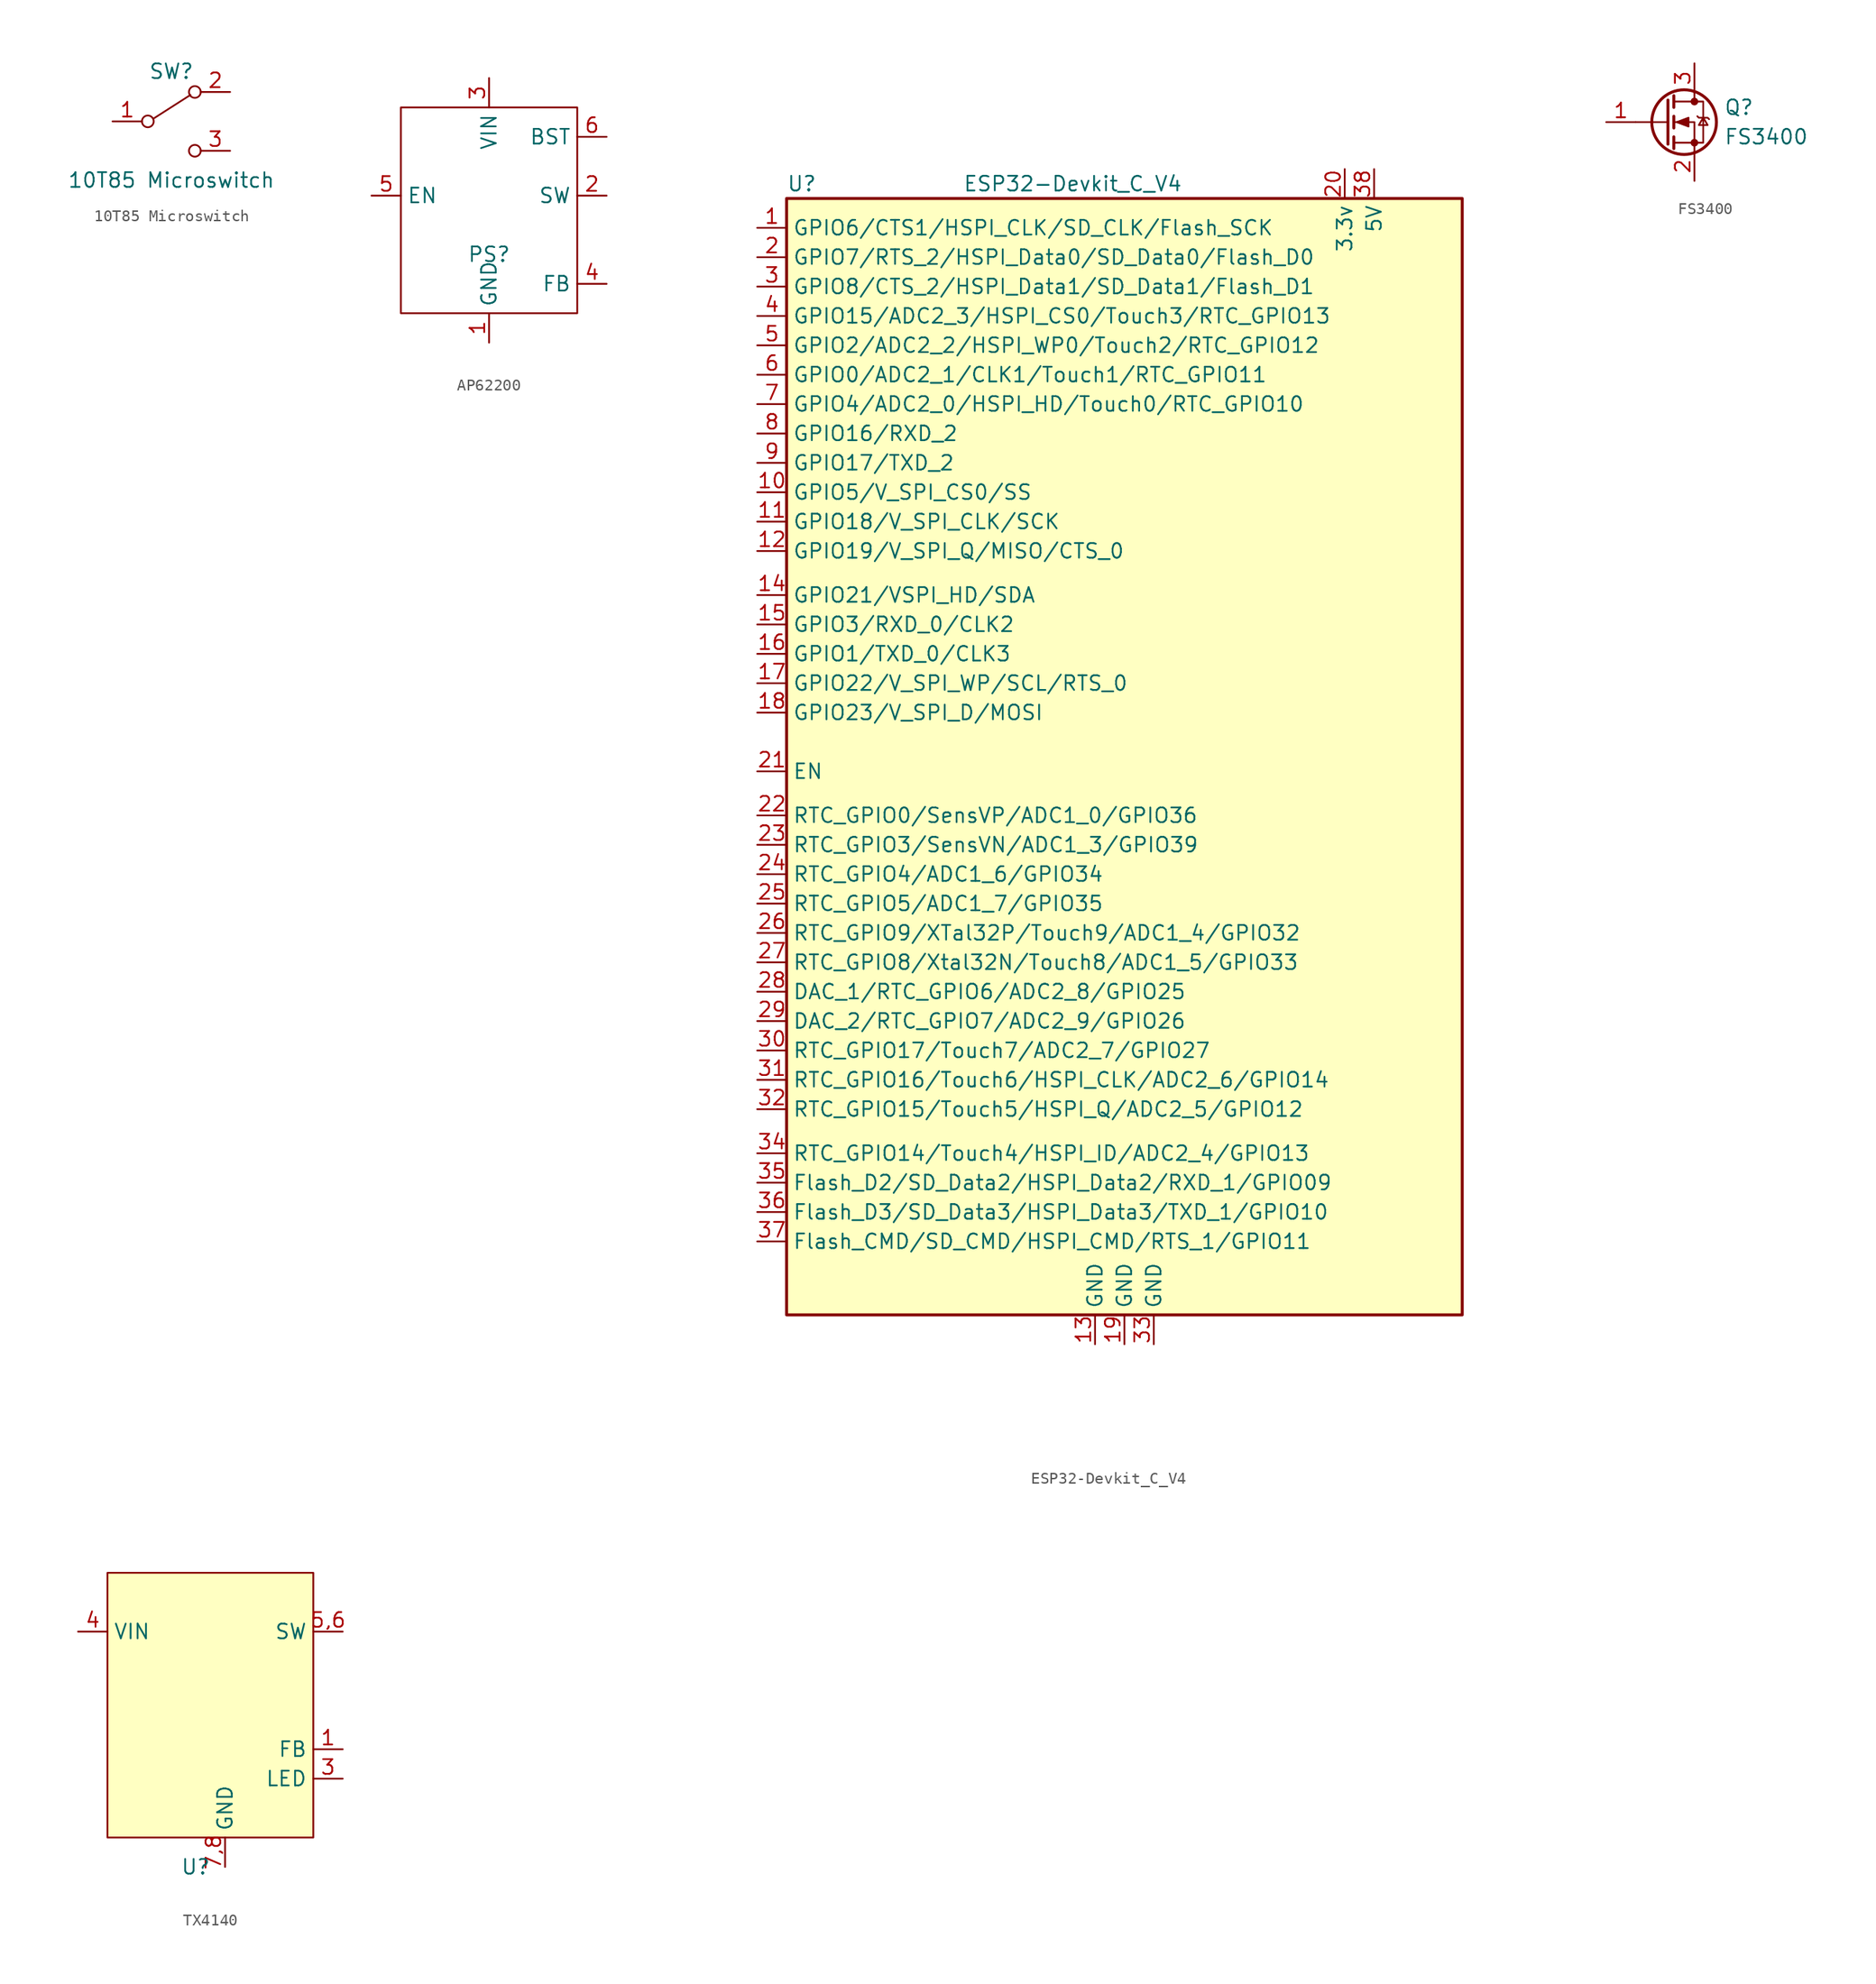
<source format=kicad_sym>
(kicad_symbol_lib
  (version 20220914)
  (generator kicad_symbol_editor)
  (symbol "10T85 Microswitch"
    (pin_names
      (offset 0) hide)
    (property "Reference" "SW"
      (at 0 4.318 0)
      (effects (font (size 1.27 1.27))))
    (property "Value" "10T85 Microswitch"
      (at 0 -5.08 0)
      (effects (font (size 1.27 1.27))))
    (symbol "10T85 Microswitch_0_0"
      (circle (center -2.032 0) (radius 0.508) (stroke (width 0) (type default)) (fill (type none)))
      (circle (center 2.032 -2.54) (radius 0.508) (stroke (width 0) (type default)) (fill (type none))))
    (symbol "10T85 Microswitch_0_1"
      (polyline (pts (xy -1.524 0.254) (xy 1.651 2.286)) (stroke (width 0) (type default)) (fill (type none)))
      (circle (center 2.032 2.54) (radius 0.508) (stroke (width 0) (type default)) (fill (type none))))
    (symbol "10T85 Microswitch_1_1"
      (pin passive line (at -5.08 0 0) (length 2.54) (name "C" (effects (font (size 1.27 1.27)))) (number "1" (effects (font (size 1.27 1.27)))))
      (pin passive line (at 5.08 2.54 180) (length 2.54) (name "NC" (effects (font (size 1.27 1.27)))) (number "2" (effects (font (size 1.27 1.27)))))
      (pin passive line (at 5.08 -2.54 180) (length 2.54) (name "NO" (effects (font (size 1.27 1.27)))) (number "3" (effects (font (size 1.27 1.27)))))))
  (symbol "AP62200"
    (property "Reference" "PS"
      (at 0 0 0)
      (effects (font (size 1.27 1.27))))
    (property "Value" ""
      (at 0 0 0)
      (effects (font (size 1.27 1.27))))
    (symbol "AP62200_0_1"
      (rectangle (start -7.62 12.7) (end 7.62 -5.08) (stroke (width 0) (type default)) (fill (type none))))
    (symbol "AP62200_1_1"
      (pin input line (at 0 -7.62 90) (length 2.54) (name "GND" (effects (font (size 1.27 1.27)))) (number "1" (effects (font (size 1.27 1.27)))))
      (pin input line (at 10.16 5.08 180) (length 2.54) (name "SW" (effects (font (size 1.27 1.27)))) (number "2" (effects (font (size 1.27 1.27)))))
      (pin input line (at 0 15.24 270) (length 2.54) (name "VIN" (effects (font (size 1.27 1.27)))) (number "3" (effects (font (size 1.27 1.27)))))
      (pin input line (at 10.16 -2.54 180) (length 2.54) (name "FB" (effects (font (size 1.27 1.27)))) (number "4" (effects (font (size 1.27 1.27)))))
      (pin input line (at -10.16 5.08 0) (length 2.54) (name "EN" (effects (font (size 1.27 1.27)))) (number "5" (effects (font (size 1.27 1.27)))))
      (pin input line (at 10.16 10.16 180) (length 2.54) (name "BST" (effects (font (size 1.27 1.27)))) (number "6" (effects (font (size 1.27 1.27)))))))
  (symbol "ESP32-Devkit_C_V4"
    (property "Reference" "U"
      (at -12.7 29.21 0)
      (effects (font (size 1.27 1.27)) (justify left)))
    (property "Value" "ESP32-Devkit_C_V4"
      (at 2.54 29.21 0)
      (effects (font (size 1.27 1.27)) (justify left)))
    (symbol "ESP32-Devkit_C_V4_0_1"
      (rectangle (start -12.7 27.94) (end 45.72 -68.58) (stroke (width 0.254) (type default)) (fill (type background))))
    (symbol "ESP32-Devkit_C_V4_1_1"
      (pin bidirectional line (at -15.24 25.4 0) (length 2.54) (name "GPIO6/CTS1/HSPI_CLK/SD_CLK/Flash_SCK" (effects (font (size 1.27 1.27)))) (number "1" (effects (font (size 1.27 1.27)))))
      (pin bidirectional line (at -15.24 2.54 0) (length 2.54) (name "GPIO5/V_SPI_CS0/SS" (effects (font (size 1.27 1.27)))) (number "10" (effects (font (size 1.27 1.27)))))
      (pin bidirectional line (at -15.24 0 0) (length 2.54) (name "GPIO18/V_SPI_CLK/SCK" (effects (font (size 1.27 1.27)))) (number "11" (effects (font (size 1.27 1.27)))))
      (pin bidirectional line (at -15.24 -2.54 0) (length 2.54) (name "GPIO19/V_SPI_Q/MISO/CTS_0" (effects (font (size 1.27 1.27)))) (number "12" (effects (font (size 1.27 1.27)))))
      (pin bidirectional line (at 13.97 -71.12 90) (length 2.54) (name "GND" (effects (font (size 1.27 1.27)))) (number "13" (effects (font (size 1.27 1.27)))))
      (pin bidirectional line (at -15.24 -6.35 0) (length 2.54) (name "GPIO21/VSPI_HD/SDA" (effects (font (size 1.27 1.27)))) (number "14" (effects (font (size 1.27 1.27)))))
      (pin bidirectional line (at -15.24 -8.89 0) (length 2.54) (name "GPIO3/RXD_0/CLK2" (effects (font (size 1.27 1.27)))) (number "15" (effects (font (size 1.27 1.27)))))
      (pin bidirectional line (at -15.24 -11.43 0) (length 2.54) (name "GPIO1/TXD_0/CLK3" (effects (font (size 1.27 1.27)))) (number "16" (effects (font (size 1.27 1.27)))))
      (pin bidirectional line (at -15.24 -13.97 0) (length 2.54) (name "GPIO22/V_SPI_WP/SCL/RTS_0" (effects (font (size 1.27 1.27)))) (number "17" (effects (font (size 1.27 1.27)))))
      (pin bidirectional line (at -15.24 -16.51 0) (length 2.54) (name "GPIO23/V_SPI_D/MOSI" (effects (font (size 1.27 1.27)))) (number "18" (effects (font (size 1.27 1.27)))))
      (pin bidirectional line (at 16.51 -71.12 90) (length 2.54) (name "GND" (effects (font (size 1.27 1.27)))) (number "19" (effects (font (size 1.27 1.27)))))
      (pin bidirectional line (at -15.24 22.86 0) (length 2.54) (name "GPIO7/RTS_2/HSPI_Data0/SD_Data0/Flash_D0" (effects (font (size 1.27 1.27)))) (number "2" (effects (font (size 1.27 1.27)))))
      (pin power_in line (at 35.56 30.48 270) (length 2.54) (name "3.3v" (effects (font (size 1.27 1.27)))) (number "20" (effects (font (size 1.27 1.27)))))
      (pin bidirectional line (at -15.24 -21.59 0) (length 2.54) (name "EN" (effects (font (size 1.27 1.27)))) (number "21" (effects (font (size 1.27 1.27)))))
      (pin bidirectional line (at -15.24 -25.4 0) (length 2.54) (name "RTC_GPIO0/SensVP/ADC1_0/GPIO36" (effects (font (size 1.27 1.27)))) (number "22" (effects (font (size 1.27 1.27)))))
      (pin bidirectional line (at -15.24 -27.94 0) (length 2.54) (name "RTC_GPIO3/SensVN/ADC1_3/GPIO39" (effects (font (size 1.27 1.27)))) (number "23" (effects (font (size 1.27 1.27)))))
      (pin bidirectional line (at -15.24 -30.48 0) (length 2.54) (name "RTC_GPIO4/ADC1_6/GPIO34" (effects (font (size 1.27 1.27)))) (number "24" (effects (font (size 1.27 1.27)))))
      (pin bidirectional line (at -15.24 -33.02 0) (length 2.54) (name "RTC_GPIO5/ADC1_7/GPIO35" (effects (font (size 1.27 1.27)))) (number "25" (effects (font (size 1.27 1.27)))))
      (pin bidirectional line (at -15.24 -35.56 0) (length 2.54) (name "RTC_GPIO9/XTal32P/Touch9/ADC1_4/GPIO32" (effects (font (size 1.27 1.27)))) (number "26" (effects (font (size 1.27 1.27)))))
      (pin bidirectional line (at -15.24 -38.1 0) (length 2.54) (name "RTC_GPIO8/Xtal32N/Touch8/ADC1_5/GPIO33" (effects (font (size 1.27 1.27)))) (number "27" (effects (font (size 1.27 1.27)))))
      (pin bidirectional line (at -15.24 -40.64 0) (length 2.54) (name "DAC_1/RTC_GPIO6/ADC2_8/GPIO25" (effects (font (size 1.27 1.27)))) (number "28" (effects (font (size 1.27 1.27)))))
      (pin bidirectional line (at -15.24 -43.18 0) (length 2.54) (name "DAC_2/RTC_GPIO7/ADC2_9/GPIO26" (effects (font (size 1.27 1.27)))) (number "29" (effects (font (size 1.27 1.27)))))
      (pin bidirectional line (at -15.24 20.32 0) (length 2.54) (name "GPIO8/CTS_2/HSPI_Data1/SD_Data1/Flash_D1" (effects (font (size 1.27 1.27)))) (number "3" (effects (font (size 1.27 1.27)))))
      (pin bidirectional line (at -15.24 -45.72 0) (length 2.54) (name "RTC_GPIO17/Touch7/ADC2_7/GPIO27" (effects (font (size 1.27 1.27)))) (number "30" (effects (font (size 1.27 1.27)))))
      (pin bidirectional line (at -15.24 -48.26 0) (length 2.54) (name "RTC_GPIO16/Touch6/HSPI_CLK/ADC2_6/GPIO14" (effects (font (size 1.27 1.27)))) (number "31" (effects (font (size 1.27 1.27)))))
      (pin bidirectional line (at -15.24 -50.8 0) (length 2.54) (name "RTC_GPIO15/Touch5/HSPI_Q/ADC2_5/GPIO12" (effects (font (size 1.27 1.27)))) (number "32" (effects (font (size 1.27 1.27)))))
      (pin bidirectional line (at 19.05 -71.12 90) (length 2.54) (name "GND" (effects (font (size 1.27 1.27)))) (number "33" (effects (font (size 1.27 1.27)))))
      (pin bidirectional line (at -15.24 -54.61 0) (length 2.54) (name "RTC_GPIO14/Touch4/HSPI_ID/ADC2_4/GPIO13" (effects (font (size 1.27 1.27)))) (number "34" (effects (font (size 1.27 1.27)))))
      (pin bidirectional line (at -15.24 -57.15 0) (length 2.54) (name "Flash_D2/SD_Data2/HSPI_Data2/RXD_1/GPIO09" (effects (font (size 1.27 1.27)))) (number "35" (effects (font (size 1.27 1.27)))))
      (pin bidirectional line (at -15.24 -59.69 0) (length 2.54) (name "Flash_D3/SD_Data3/HSPI_Data3/TXD_1/GPIO10" (effects (font (size 1.27 1.27)))) (number "36" (effects (font (size 1.27 1.27)))))
      (pin bidirectional line (at -15.24 -62.23 0) (length 2.54) (name "Flash_CMD/SD_CMD/HSPI_CMD/RTS_1/GPIO11" (effects (font (size 1.27 1.27)))) (number "37" (effects (font (size 1.27 1.27)))))
      (pin power_in line (at 38.1 30.48 270) (length 2.54) (name "5V" (effects (font (size 1.27 1.27)))) (number "38" (effects (font (size 1.27 1.27)))))
      (pin bidirectional line (at -15.24 17.78 0) (length 2.54) (name "GPIO15/ADC2_3/HSPI_CS0/Touch3/RTC_GPIO13" (effects (font (size 1.27 1.27)))) (number "4" (effects (font (size 1.27 1.27)))))
      (pin bidirectional line (at -15.24 15.24 0) (length 2.54) (name "GPIO2/ADC2_2/HSPI_WP0/Touch2/RTC_GPIO12" (effects (font (size 1.27 1.27)))) (number "5" (effects (font (size 1.27 1.27)))))
      (pin bidirectional line (at -15.24 12.7 0) (length 2.54) (name "GPIO0/ADC2_1/CLK1/Touch1/RTC_GPIO11" (effects (font (size 1.27 1.27)))) (number "6" (effects (font (size 1.27 1.27)))))
      (pin bidirectional line (at -15.24 10.16 0) (length 2.54) (name "GPIO4/ADC2_0/HSPI_HD/Touch0/RTC_GPIO10" (effects (font (size 1.27 1.27)))) (number "7" (effects (font (size 1.27 1.27)))))
      (pin bidirectional line (at -15.24 7.62 0) (length 2.54) (name "GPIO16/RXD_2" (effects (font (size 1.27 1.27)))) (number "8" (effects (font (size 1.27 1.27)))))
      (pin bidirectional line (at -15.24 5.08 0) (length 2.54) (name "GPIO17/TXD_2" (effects (font (size 1.27 1.27)))) (number "9" (effects (font (size 1.27 1.27)))))))
  (symbol "FS3400"
    (pin_names
      (offset 0) hide)
    (property "Reference" "Q"
      (at 5.08 1.27 0)
      (effects (font (size 1.27 1.27)) (justify left)))
    (property "Value" "FS3400"
      (at 5.08 -1.27 0)
      (effects (font (size 1.27 1.27)) (justify left)))
    (symbol "FS3400_0_1"
      (polyline (pts (xy 0.254 0) (xy -2.54 0)) (stroke (width 0) (type default)) (fill (type none)))
      (polyline (pts (xy 0.254 1.905) (xy 0.254 -1.905)) (stroke (width 0.254) (type default)) (fill (type none)))
      (polyline (pts (xy 0.762 -1.27) (xy 0.762 -2.286)) (stroke (width 0.254) (type default)) (fill (type none)))
      (polyline (pts (xy 0.762 0.508) (xy 0.762 -0.508)) (stroke (width 0.254) (type default)) (fill (type none)))
      (polyline (pts (xy 0.762 2.286) (xy 0.762 1.27)) (stroke (width 0.254) (type default)) (fill (type none)))
      (polyline (pts (xy 2.54 2.54) (xy 2.54 1.778)) (stroke (width 0) (type default)) (fill (type none)))
      (polyline (pts (xy 2.54 -2.54) (xy 2.54 0) (xy 0.762 0)) (stroke (width 0) (type default)) (fill (type none)))
      (polyline (pts (xy 0.762 -1.778) (xy 3.302 -1.778) (xy 3.302 1.778) (xy 0.762 1.778)) (stroke (width 0) (type default)) (fill (type none)))
      (polyline (pts (xy 1.016 0) (xy 2.032 0.381) (xy 2.032 -0.381) (xy 1.016 0)) (stroke (width 0) (type default)) (fill (type outline)))
      (polyline (pts (xy 2.794 0.508) (xy 2.921 0.381) (xy 3.683 0.381) (xy 3.81 0.254)) (stroke (width 0) (type default)) (fill (type none)))
      (polyline (pts (xy 3.302 0.381) (xy 2.921 -0.254) (xy 3.683 -0.254) (xy 3.302 0.381)) (stroke (width 0) (type default)) (fill (type none)))
      (circle (center 1.651 0) (radius 2.794) (stroke (width 0.254) (type default)) (fill (type none)))
      (circle (center 2.54 -1.778) (radius 0.254) (stroke (width 0) (type default)) (fill (type outline)))
      (circle (center 2.54 1.778) (radius 0.254) (stroke (width 0) (type default)) (fill (type outline))))
    (symbol "FS3400_1_1"
      (pin input line (at -5.08 0 0) (length 2.54) (name "G" (effects (font (size 1.27 1.27)))) (number "1" (effects (font (size 1.27 1.27)))))
      (pin passive line (at 2.54 -5.08 90) (length 2.54) (name "S" (effects (font (size 1.27 1.27)))) (number "2" (effects (font (size 1.27 1.27)))))
      (pin passive line (at 2.54 5.08 270) (length 2.54) (name "D" (effects (font (size 1.27 1.27)))) (number "3" (effects (font (size 1.27 1.27)))))))
  (symbol "TX4140"
    (property "Reference" "U"
      (at 0 -17.78 0)
      (effects (font (size 1.27 1.27))))
    (property "Value" ""
      (at 0 0 0)
      (effects (font (size 1.27 1.27))))
    (symbol "TX4140_0_1"
      (rectangle (start -7.62 7.62) (end 10.16 -15.24) (stroke (width 0) (type default)) (fill (type background))))
    (symbol "TX4140_1_1"
      (pin input line (at 12.7 -7.62 180) (length 2.54) (name "FB" (effects (font (size 1.27 1.27)))) (number "1" (effects (font (size 1.27 1.27)))))
      (pin output line (at 12.7 -10.16 180) (length 2.54) (name "LED" (effects (font (size 1.27 1.27)))) (number "3" (effects (font (size 1.27 1.27)))))
      (pin input line (at -10.16 2.54 0) (length 2.54) (name "VIN" (effects (font (size 1.27 1.27)))) (number "4" (effects (font (size 1.27 1.27)))))
      (pin input line (at 12.7 2.54 180) (length 2.54) (name "SW" (effects (font (size 1.27 1.27)))) (number "5,6" (effects (font (size 1.27 1.27)))))
      (pin input line (at 2.54 -17.78 90) (length 2.54) (name "GND" (effects (font (size 1.27 1.27)))) (number "7,8" (effects (font (size 1.27 1.27))))))))
</source>
